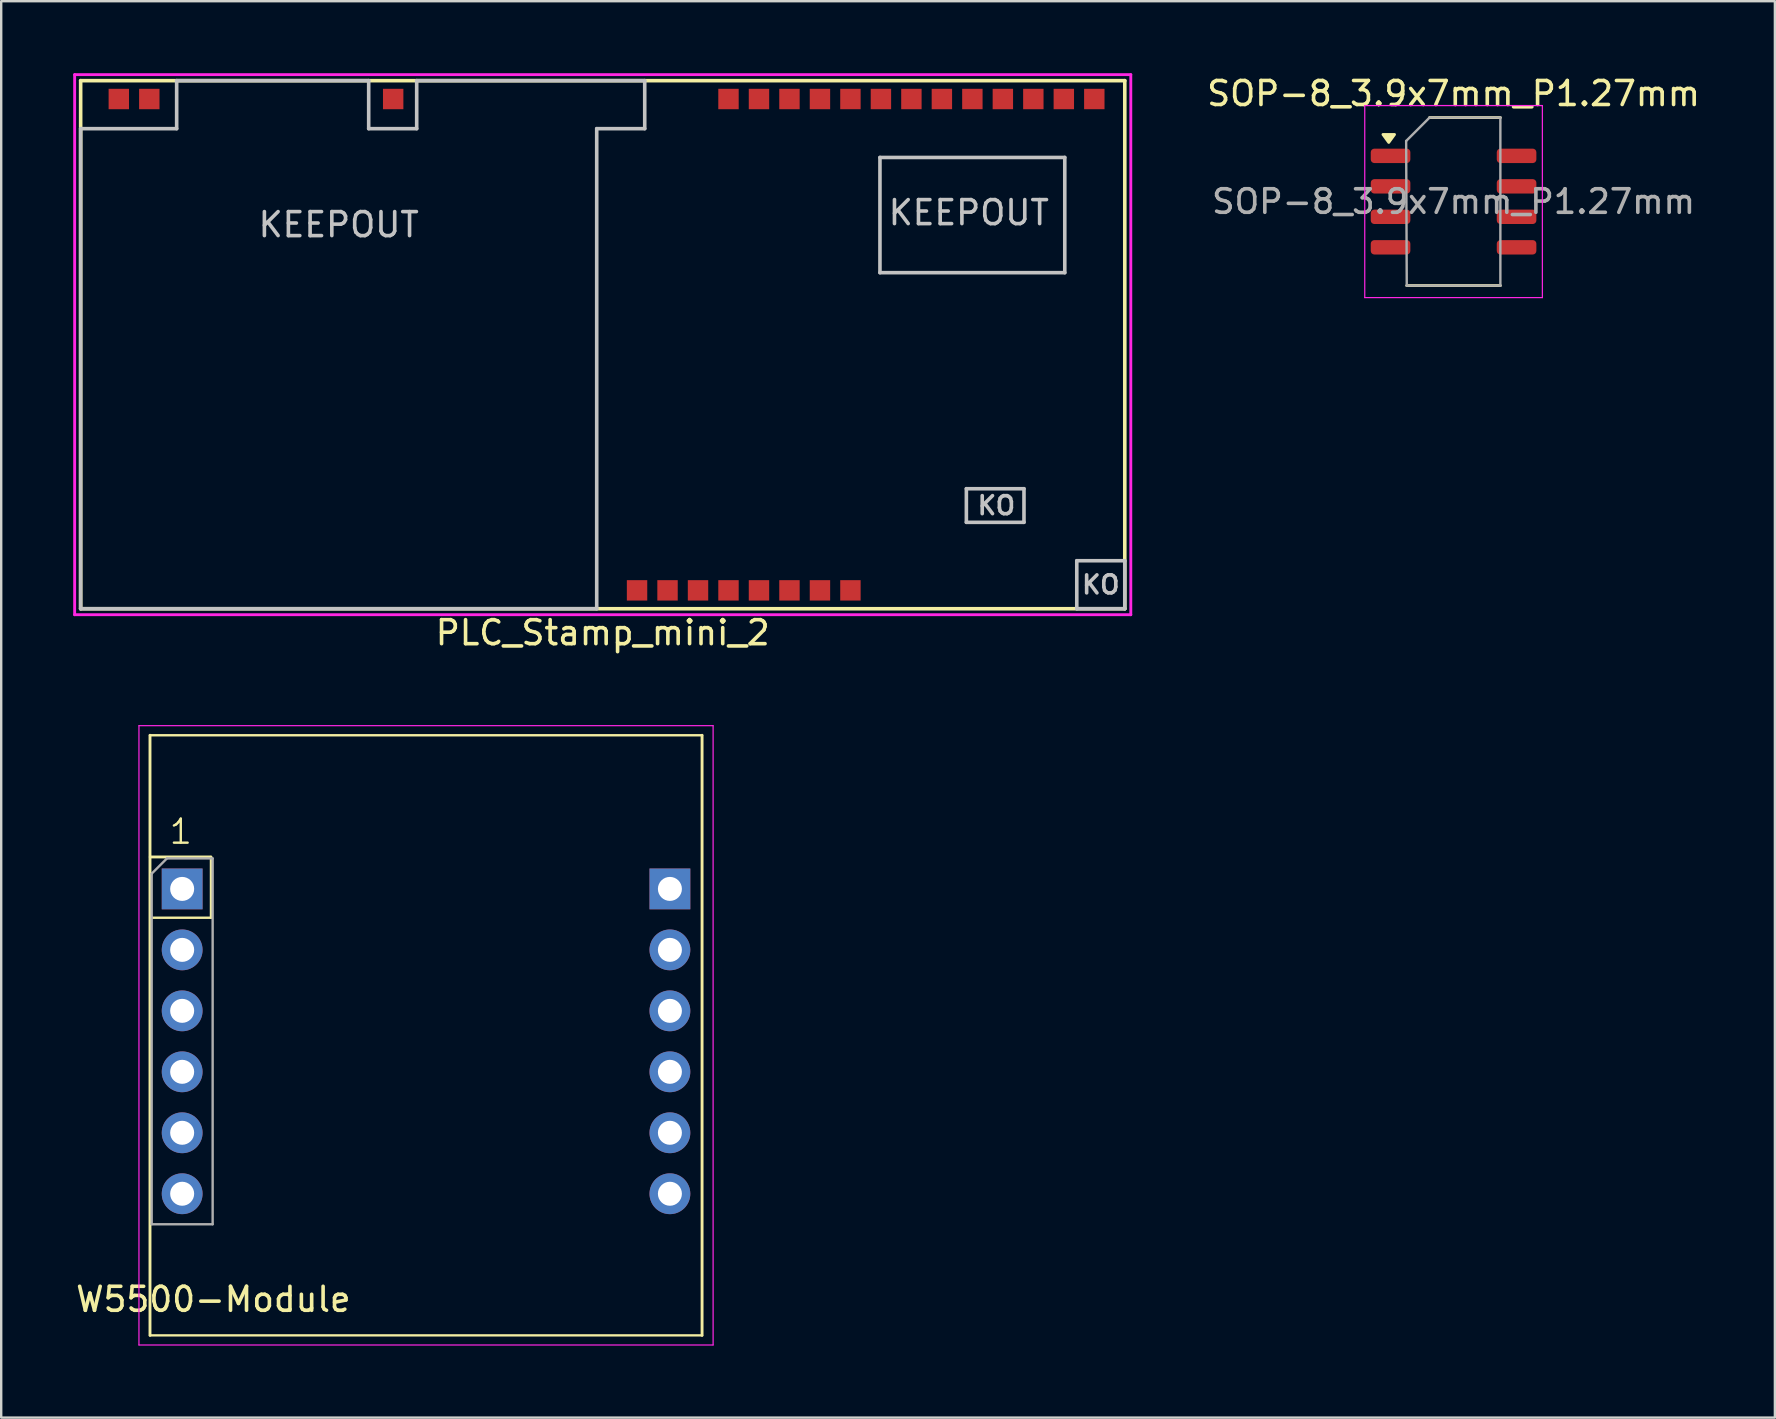
<source format=kicad_pcb>
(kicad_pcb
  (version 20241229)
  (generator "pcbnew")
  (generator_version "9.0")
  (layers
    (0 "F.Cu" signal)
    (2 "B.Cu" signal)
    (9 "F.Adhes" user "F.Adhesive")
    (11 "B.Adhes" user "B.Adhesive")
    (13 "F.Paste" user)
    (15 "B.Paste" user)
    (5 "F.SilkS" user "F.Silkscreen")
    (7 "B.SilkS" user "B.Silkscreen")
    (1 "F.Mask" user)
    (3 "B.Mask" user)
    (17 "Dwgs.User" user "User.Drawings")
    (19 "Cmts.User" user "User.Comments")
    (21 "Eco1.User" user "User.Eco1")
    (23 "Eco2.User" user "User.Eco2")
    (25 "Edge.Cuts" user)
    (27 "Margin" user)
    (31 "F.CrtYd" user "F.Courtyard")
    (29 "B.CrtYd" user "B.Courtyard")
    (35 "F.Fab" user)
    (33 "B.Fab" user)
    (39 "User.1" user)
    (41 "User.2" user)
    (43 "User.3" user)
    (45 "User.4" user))
  (footprint "SOP-8_3.9x7mm_P1.27mm"
    (layer "F.Cu")
    (at 57.507 5.348)
    (property "Reference" "SOP-8_3.9x7mm_P1.27mm" (at 0 -4.5 0) (layer "F.SilkS") (effects (font (size 1 1) (thickness 0.15))))
    (attr smd)
    (fp_line (start -1.95 3.5) (end 1.95 3.5) (stroke (width 0.12) (type solid)) (layer "F.SilkS"))
    (fp_line (start -1 -3.5) (end 1.95 -3.5) (stroke (width 0.12) (type solid)) (layer "F.SilkS"))
    (fp_poly (pts (xy -2.7 -2.465) (xy -2.94 -2.795) (xy -2.46 -2.795) (xy -2.7 -2.465)) (stroke (width 0.12) (type solid)) (fill yes) (layer "F.SilkS"))
    (fp_line (start -3.7 -4) (end -3.7 4) (stroke (width 0.05) (type solid)) (layer "F.CrtYd"))
    (fp_line (start -3.7 4) (end 3.7 4) (stroke (width 0.05) (type solid)) (layer "F.CrtYd"))
    (fp_line (start 3.7 -4) (end -3.7 -4) (stroke (width 0.05) (type solid)) (layer "F.CrtYd"))
    (fp_line (start 3.7 4) (end 3.7 -4) (stroke (width 0.05) (type solid)) (layer "F.CrtYd"))
    (fp_line (start -1.975 -2.525) (end -1 -3.5) (stroke (width 0.1) (type solid)) (layer "F.Fab"))
    (fp_line (start -1.95 3.5) (end -1.975 -2.525) (stroke (width 0.1) (type solid)) (layer "F.Fab"))
    (fp_line (start -0.975 -3.5) (end 1.95 -3.5) (stroke (width 0.1) (type solid)) (layer "F.Fab"))
    (fp_line (start 1.95 -3.5) (end 1.95 3.5) (stroke (width 0.1) (type solid)) (layer "F.Fab"))
    (fp_line (start 1.95 3.5) (end -1.95 3.5) (stroke (width 0.1) (type solid)) (layer "F.Fab"))
    (fp_text user "${REFERENCE}" (at 0 0 0) (layer "F.Fab") (effects (font (size 0.98 0.98) (thickness 0.15))))
    (pad "1" smd roundrect (at -2.625 -1.905) (size 1.65 0.6) (layers "F.Cu" "F.Mask" "F.Paste") (roundrect_rratio 0.25))
    (pad "2" smd roundrect (at -2.625 -0.635) (size 1.65 0.6) (layers "F.Cu" "F.Mask" "F.Paste") (roundrect_rratio 0.25))
    (pad "3" smd roundrect (at -2.625 0.635) (size 1.65 0.6) (layers "F.Cu" "F.Mask" "F.Paste") (roundrect_rratio 0.25))
    (pad "4" smd roundrect (at -2.625 1.905) (size 1.65 0.6) (layers "F.Cu" "F.Mask" "F.Paste") (roundrect_rratio 0.25))
    (pad "5" smd roundrect (at 2.625 1.905) (size 1.65 0.6) (layers "F.Cu" "F.Mask" "F.Paste") (roundrect_rratio 0.25))
    (pad "6" smd roundrect (at 2.625 0.635) (size 1.65 0.6) (layers "F.Cu" "F.Mask" "F.Paste") (roundrect_rratio 0.25))
    (pad "7" smd roundrect (at 2.625 -0.635) (size 1.65 0.6) (layers "F.Cu" "F.Mask" "F.Paste") (roundrect_rratio 0.25))
    (pad "8" smd roundrect (at 2.625 -1.905) (size 1.65 0.6) (layers "F.Cu" "F.Mask" "F.Paste") (roundrect_rratio 0.25)))
  (footprint "PLC_Stamp_mini_2"
    (layer "F.Cu")
    (at 22.06 11.31)
    (property "Reference" "PLC_Stamp_mini_2" (at 0 12 0) (layer "F.SilkS") (effects (font (size 1 1) (thickness 0.15))))
    (attr smd)
    (fp_line (start -21.75 -11) (end -21.75 11) (stroke (width 0.15) (type solid)) (layer "F.SilkS"))
    (fp_line (start -21.75 11) (end 21.75 11) (stroke (width 0.15) (type solid)) (layer "F.SilkS"))
    (fp_line (start 21.75 -11) (end -21.75 -11) (stroke (width 0.15) (type solid)) (layer "F.SilkS"))
    (fp_line (start 21.75 11) (end 21.75 -11) (stroke (width 0.15) (type solid)) (layer "F.SilkS"))
    (fp_line (start -21.75 -9) (end -21.75 11) (stroke (width 0.15) (type solid)) (layer "Dwgs.User"))
    (fp_line (start -21.75 11) (end -0.25 11) (stroke (width 0.15) (type solid)) (layer "Dwgs.User"))
    (fp_line (start -17.75 -11) (end -17.75 -9) (stroke (width 0.15) (type solid)) (layer "Dwgs.User"))
    (fp_line (start -17.75 -9) (end -21.75 -9) (stroke (width 0.15) (type solid)) (layer "Dwgs.User"))
    (fp_line (start -9.75 -11) (end -17.75 -11) (stroke (width 0.15) (type solid)) (layer "Dwgs.User"))
    (fp_line (start -9.75 -9) (end -9.75 -11) (stroke (width 0.15) (type solid)) (layer "Dwgs.User"))
    (fp_line (start -7.75 -11) (end -7.75 -9) (stroke (width 0.15) (type solid)) (layer "Dwgs.User"))
    (fp_line (start -7.75 -9) (end -9.75 -9) (stroke (width 0.15) (type solid)) (layer "Dwgs.User"))
    (fp_line (start -0.25 -9) (end -0.25 11) (stroke (width 0.15) (type solid)) (layer "Dwgs.User"))
    (fp_line (start 1.75 -11) (end -7.75 -11) (stroke (width 0.15) (type solid)) (layer "Dwgs.User"))
    (fp_line (start 1.75 -11) (end 1.75 -9) (stroke (width 0.15) (type solid)) (layer "Dwgs.User"))
    (fp_line (start 1.75 -9) (end -0.25 -9) (stroke (width 0.15) (type solid)) (layer "Dwgs.User"))
    (fp_line (start 11.55 -7.8) (end 11.55 -3) (stroke (width 0.15) (type solid)) (layer "Dwgs.User"))
    (fp_line (start 11.55 -3) (end 19.25 -3) (stroke (width 0.15) (type solid)) (layer "Dwgs.User"))
    (fp_line (start 15.15 6) (end 15.15 7.4) (stroke (width 0.15) (type solid)) (layer "Dwgs.User"))
    (fp_line (start 15.15 7.4) (end 17.55 7.4) (stroke (width 0.15) (type solid)) (layer "Dwgs.User"))
    (fp_line (start 17.55 6) (end 15.15 6) (stroke (width 0.15) (type solid)) (layer "Dwgs.User"))
    (fp_line (start 17.55 7.4) (end 17.55 6) (stroke (width 0.15) (type solid)) (layer "Dwgs.User"))
    (fp_line (start 19.25 -7.8) (end 11.55 -7.8) (stroke (width 0.15) (type solid)) (layer "Dwgs.User"))
    (fp_line (start 19.25 -3) (end 19.25 -7.8) (stroke (width 0.15) (type solid)) (layer "Dwgs.User"))
    (fp_line (start 19.75 9) (end 19.75 11) (stroke (width 0.15) (type solid)) (layer "Dwgs.User"))
    (fp_line (start 19.75 11) (end 21.75 11) (stroke (width 0.15) (type solid)) (layer "Dwgs.User"))
    (fp_line (start 21.75 9) (end 19.75 9) (stroke (width 0.15) (type solid)) (layer "Dwgs.User"))
    (fp_line (start 21.75 11) (end 21.75 9) (stroke (width 0.15) (type solid)) (layer "Dwgs.User"))
    (fp_line (start -22 -11.25) (end 22 -11.25) (stroke (width 0.12) (type solid)) (layer "F.CrtYd"))
    (fp_line (start -22 11.25) (end -22 -11.25) (stroke (width 0.12) (type solid)) (layer "F.CrtYd"))
    (fp_line (start 22 -11.25) (end 22 11.25) (stroke (width 0.12) (type solid)) (layer "F.CrtYd"))
    (fp_line (start 22 11.25) (end -22 11.25) (stroke (width 0.12) (type solid)) (layer "F.CrtYd"))
    (fp_text user "KEEPOUT" (at -11 -5 0) (layer "Dwgs.User") (effects (font (size 1 1) (thickness 0.15))))
    (fp_text user "KO" (at 16.4 6.7 0) (layer "Dwgs.User") (effects (font (size 0.75 0.75) (thickness 0.15))))
    (fp_text user "KO" (at 20.75 10 0) (layer "Dwgs.User") (effects (font (size 0.75 0.75) (thickness 0.15))))
    (fp_text user "KEEPOUT" (at 15.25 -5.5 0) (layer "Dwgs.User") (effects (font (size 1 1) (thickness 0.15))))
    (pad "1" smd rect (at 20.48 -10.235) (size 0.85 0.85) (layers "F.Cu" "F.Mask" "F.Paste"))
    (pad "2" smd rect (at 19.21 -10.235) (size 0.85 0.85) (layers "F.Cu" "F.Mask" "F.Paste"))
    (pad "3" smd rect (at 17.94 -10.235) (size 0.85 0.85) (layers "F.Cu" "F.Mask" "F.Paste"))
    (pad "4" smd rect (at 16.67 -10.235) (size 0.85 0.85) (layers "F.Cu" "F.Mask" "F.Paste"))
    (pad "5" smd rect (at 15.4 -10.235) (size 0.85 0.85) (layers "F.Cu" "F.Mask" "F.Paste"))
    (pad "6" smd rect (at 14.13 -10.235) (size 0.85 0.85) (layers "F.Cu" "F.Mask" "F.Paste"))
    (pad "7" smd rect (at 12.86 -10.235) (size 0.85 0.85) (layers "F.Cu" "F.Mask" "F.Paste"))
    (pad "8" smd rect (at 11.59 -10.235) (size 0.85 0.85) (layers "F.Cu" "F.Mask" "F.Paste"))
    (pad "9" smd rect (at 10.32 -10.235) (size 0.85 0.85) (layers "F.Cu" "F.Mask" "F.Paste"))
    (pad "10" smd rect (at 9.05 -10.235) (size 0.85 0.85) (layers "F.Cu" "F.Mask" "F.Paste"))
    (pad "11" smd rect (at 7.78 -10.235) (size 0.85 0.85) (layers "F.Cu" "F.Mask" "F.Paste"))
    (pad "12" smd rect (at 6.51 -10.235) (size 0.85 0.85) (layers "F.Cu" "F.Mask" "F.Paste"))
    (pad "13" smd rect (at 5.24 -10.235) (size 0.85 0.85) (layers "F.Cu" "F.Mask" "F.Paste"))
    (pad "15" smd rect (at -8.73 -10.235) (size 0.85 0.85) (layers "F.Cu" "F.Mask" "F.Paste"))
    (pad "16" smd rect (at -18.89 -10.235) (size 0.85 0.85) (layers "F.Cu" "F.Mask" "F.Paste"))
    (pad "17" smd rect (at -20.16 -10.235) (size 0.85 0.85) (layers "F.Cu" "F.Mask" "F.Paste"))
    (pad "18" smd rect (at 1.43 10.235) (size 0.85 0.85) (layers "F.Cu" "F.Mask" "F.Paste"))
    (pad "19" smd rect (at 2.7 10.235) (size 0.85 0.85) (layers "F.Cu" "F.Mask" "F.Paste"))
    (pad "20" smd rect (at 3.97 10.235) (size 0.85 0.85) (layers "F.Cu" "F.Mask" "F.Paste"))
    (pad "21" smd rect (at 5.24 10.235) (size 0.85 0.85) (layers "F.Cu" "F.Mask" "F.Paste"))
    (pad "22" smd rect (at 6.51 10.235) (size 0.85 0.85) (layers "F.Cu" "F.Mask" "F.Paste"))
    (pad "23" smd rect (at 7.78 10.235) (size 0.85 0.85) (layers "F.Cu" "F.Mask" "F.Paste"))
    (pad "24" smd rect (at 9.05 10.235) (size 0.85 0.85) (layers "F.Cu" "F.Mask" "F.Paste"))
    (pad "25" smd rect (at 10.32 10.235) (size 0.85 0.85) (layers "F.Cu" "F.Mask" "F.Paste")))
  (footprint "W5500-Module"
    (layer "F.Cu")
    (at 4.539 33.983)
    (property "Reference" "W5500-Module" (at 1.3 17.1 0) (layer "F.SilkS") (effects (font (size 1 1) (thickness 0.15))))
    (attr through_hole)
    (fp_line (start -1.34 -6.4) (end 21.66 -6.4) (stroke (width 0.1) (type default)) (layer "F.SilkS"))
    (fp_line (start -1.34 18.6) (end -1.34 -6.4) (stroke (width 0.12) (type solid)) (layer "F.SilkS"))
    (fp_line (start -1.34 18.6) (end 21.66 18.6) (stroke (width 0.1) (type default)) (layer "F.SilkS"))
    (fp_line (start -1.33 -1.33) (end 1.2 -1.33) (stroke (width 0.12) (type solid)) (layer "F.SilkS"))
    (fp_line (start 1.2 -1.33) (end 1.2 1.2) (stroke (width 0.1) (type default)) (layer "F.SilkS"))
    (fp_line (start 1.2 1.2) (end -1.3 1.2) (stroke (width 0.1) (type default)) (layer "F.SilkS"))
    (fp_line (start 21.66 18.6) (end 21.66 -6.4) (stroke (width 0.12) (type solid)) (layer "F.SilkS"))
    (fp_line (start -1.8 -6.8) (end -1.8 19) (stroke (width 0.05) (type solid)) (layer "F.CrtYd"))
    (fp_line (start -1.8 -6.8) (end 22.12 -6.8) (stroke (width 0.05) (type solid)) (layer "F.CrtYd"))
    (fp_line (start -1.8 19) (end 22.12 19) (stroke (width 0.05) (type solid)) (layer "F.CrtYd"))
    (fp_line (start 22.12 19) (end 22.12 -6.8) (stroke (width 0.05) (type solid)) (layer "F.CrtYd"))
    (fp_line (start -1.27 -0.635) (end -0.635 -1.27) (stroke (width 0.1) (type solid)) (layer "F.Fab"))
    (fp_line (start -1.27 13.97) (end -1.27 -0.635) (stroke (width 0.1) (type solid)) (layer "F.Fab"))
    (fp_line (start -0.635 -1.27) (end 1.27 -1.27) (stroke (width 0.1) (type solid)) (layer "F.Fab"))
    (fp_line (start 1.27 -1.27) (end 1.27 13.97) (stroke (width 0.1) (type solid)) (layer "F.Fab"))
    (fp_line (start 1.27 13.97) (end -1.27 13.97) (stroke (width 0.1) (type solid)) (layer "F.Fab"))
    (fp_text user "1" (at -0.6 -1.8 0) (unlocked yes) (layer "F.SilkS") (effects (font (size 1 1) (thickness 0.1)) (justify left bottom)))
    (pad "1" thru_hole rect (at 0 0) (size 1.7 1.7) (drill 1) (layers "*.Cu" "*.Mask"))
    (pad "2" thru_hole oval (at 0 2.54) (size 1.7 1.7) (drill 1) (layers "*.Cu" "*.Mask"))
    (pad "3" thru_hole oval (at 0 5.08) (size 1.7 1.7) (drill 1) (layers "*.Cu" "*.Mask"))
    (pad "4" thru_hole oval (at 0 7.62) (size 1.7 1.7) (drill 1) (layers "*.Cu" "*.Mask"))
    (pad "5" thru_hole oval (at 0 10.16) (size 1.7 1.7) (drill 1) (layers "*.Cu" "*.Mask"))
    (pad "6" thru_hole oval (at 0 12.7) (size 1.7 1.7) (drill 1) (layers "*.Cu" "*.Mask"))
    (pad "7" thru_hole oval (at 20.32 12.7) (size 1.7 1.7) (drill 1) (layers "*.Cu" "*.Mask"))
    (pad "8" thru_hole oval (at 20.32 10.16) (size 1.7 1.7) (drill 1) (layers "*.Cu" "*.Mask"))
    (pad "9" thru_hole oval (at 20.32 7.62) (size 1.7 1.7) (drill 1) (layers "*.Cu" "*.Mask"))
    (pad "10" thru_hole oval (at 20.32 5.08) (size 1.7 1.7) (drill 1) (layers "*.Cu" "*.Mask"))
    (pad "11" thru_hole oval (at 20.32 2.54) (size 1.7 1.7) (drill 1) (layers "*.Cu" "*.Mask"))
    (pad "12" thru_hole rect (at 20.32 0) (size 1.7 1.7) (drill 1) (layers "*.Cu" "*.Mask")))
  (gr_rect
    (start -3 -3)
    (end 70.894 56.008)
    (stroke (width 0.1) (type default))
    (fill no)
    (layer "Edge.Cuts")))
</source>
